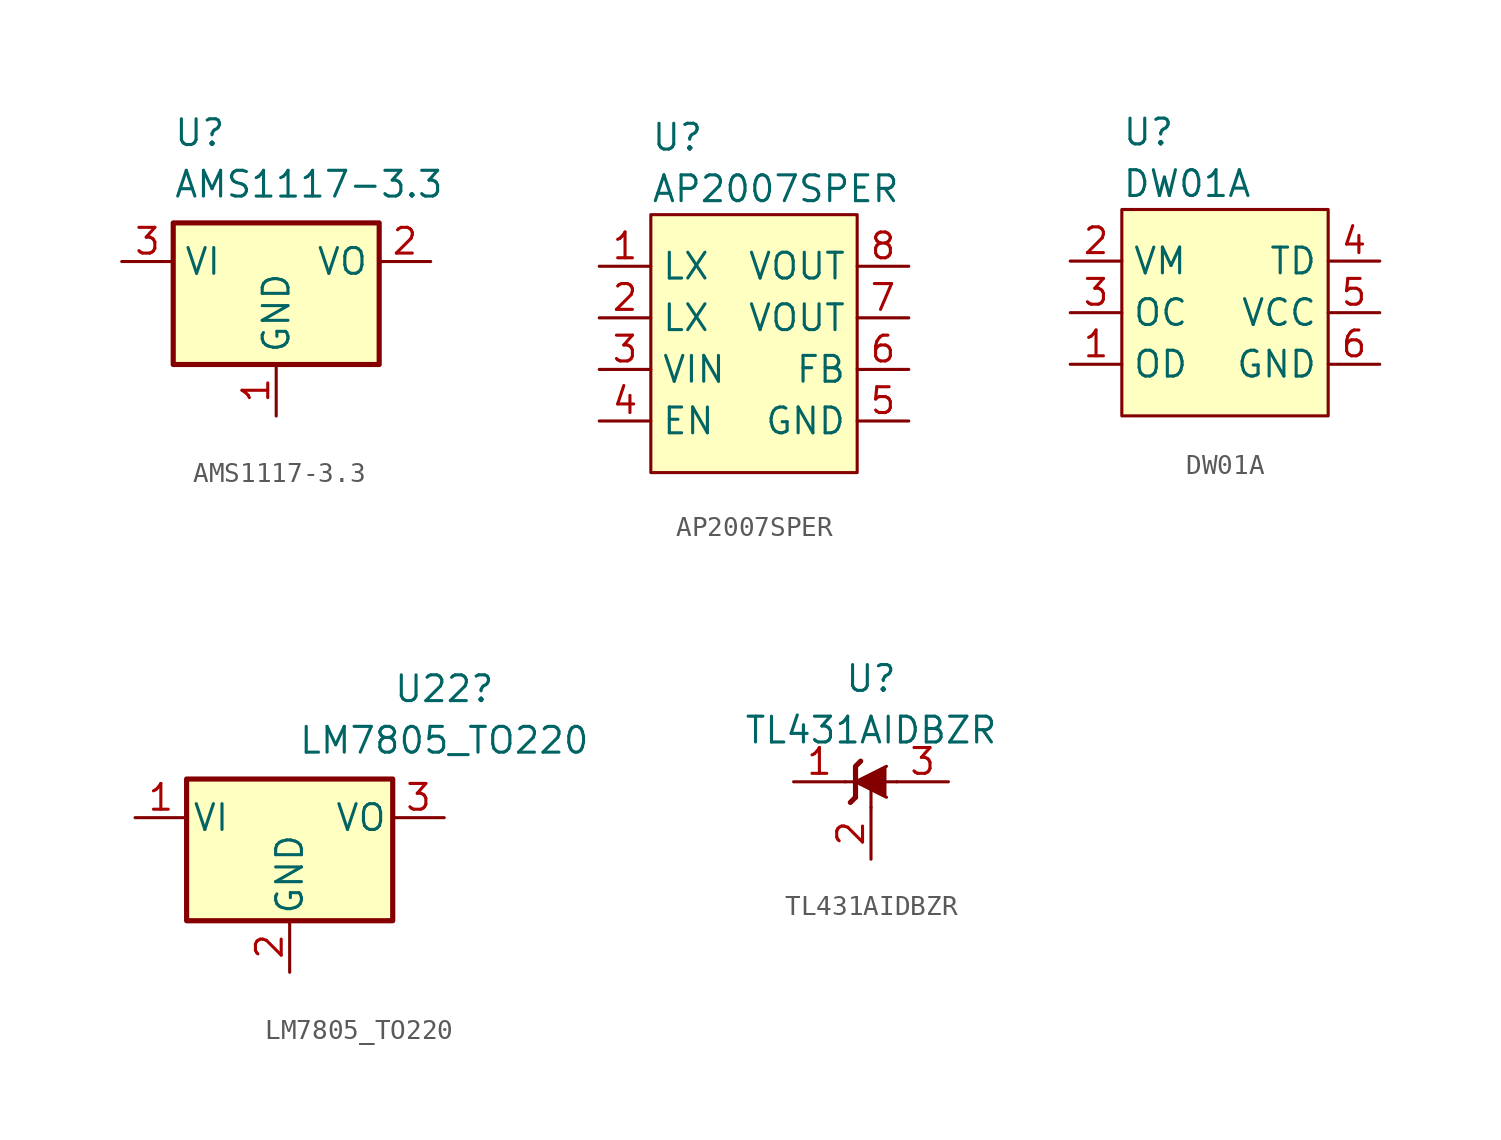
<source format=kicad_sym>
(kicad_symbol_lib
  (version 20220914)
  (generator kicad_symbol_editor)
  (symbol "AMS1117-3.3"
    (property "Reference" "U"
      (at -5.08 6.35 0)
      (do_not_autoplace)
      (effects (font (size 1.27 1.27)) (justify left)))
    (property "Value" "AMS1117-3.3"
      (at -5.08 3.81 0)
      (do_not_autoplace)
      (effects (font (size 1.27 1.27)) (justify left)))
    (symbol "AMS1117-3.3_0_1"
      (rectangle (start -5.08 -5.08) (end 5.08 1.905) (stroke (width 0.254) (type default)) (fill (type background))))
    (symbol "AMS1117-3.3_1_1"
      (pin power_in line (at 0 -7.62 90) (length 2.54) (name "GND" (effects (font (size 1.27 1.27)))) (number "1" (effects (font (size 1.27 1.27)))))
      (pin power_out line (at 7.62 0 180) (length 2.54) (name "VO" (effects (font (size 1.27 1.27)))) (number "2" (effects (font (size 1.27 1.27)))))
      (pin power_in line (at -7.62 0 0) (length 2.54) (name "VI" (effects (font (size 1.27 1.27)))) (number "3" (effects (font (size 1.27 1.27)))))))
  (symbol "AP2007SPER"
    (property "Reference" "U"
      (at -5.08 10.16 0)
      (do_not_autoplace)
      (effects (font (size 1.27 1.27)) (justify left)))
    (property "Value" "AP2007SPER"
      (at -5.08 7.62 0)
      (do_not_autoplace)
      (effects (font (size 1.27 1.27)) (justify left)))
    (symbol "AP2007SPER_0_0"
      (pin unspecified line (at -7.62 3.81 0) (length 2.54) (name "LX" (effects (font (size 1.27 1.27)))) (number "1" (effects (font (size 1.27 1.27)))))
      (pin unspecified line (at -7.62 1.27 0) (length 2.54) (name "LX" (effects (font (size 1.27 1.27)))) (number "2" (effects (font (size 1.27 1.27)))))
      (pin unspecified line (at -7.62 -1.27 0) (length 2.54) (name "VIN" (effects (font (size 1.27 1.27)))) (number "3" (effects (font (size 1.27 1.27)))))
      (pin unspecified line (at -7.62 -3.81 0) (length 2.54) (name "EN" (effects (font (size 1.27 1.27)))) (number "4" (effects (font (size 1.27 1.27)))))
      (pin unspecified line (at 7.62 -3.81 180) (length 2.54) (name "GND" (effects (font (size 1.27 1.27)))) (number "5" (effects (font (size 1.27 1.27)))))
      (pin unspecified line (at 7.62 -1.27 180) (length 2.54) (name "FB" (effects (font (size 1.27 1.27)))) (number "6" (effects (font (size 1.27 1.27)))))
      (pin unspecified line (at 7.62 1.27 180) (length 2.54) (name "VOUT" (effects (font (size 1.27 1.27)))) (number "7" (effects (font (size 1.27 1.27)))))
      (pin unspecified line (at 7.62 3.81 180) (length 2.54) (name "VOUT" (effects (font (size 1.27 1.27)))) (number "8" (effects (font (size 1.27 1.27))))))
    (symbol "AP2007SPER_1_0"
      (pin unspecified line (at 7.62 -3.81 180) (length 2.54) hide (name "EP" (effects (font (size 1.27 1.27)))) (number "9" (effects (font (size 1.27 1.27))))))
    (symbol "AP2007SPER_1_1"
      (rectangle (start -5.08 6.35) (end 5.08 -6.35) (stroke (width 0) (type default)) (fill (type background)))))
  (symbol "DW01A"
    (property "Reference" "U"
      (at -5.08 8.89 0)
      (do_not_autoplace)
      (effects (font (size 1.27 1.27)) (justify left)))
    (property "Value" "DW01A"
      (at -5.08 6.35 0)
      (do_not_autoplace)
      (effects (font (size 1.27 1.27)) (justify left)))
    (symbol "DW01A_0_0"
      (pin unspecified line (at -7.62 -2.54 0) (length 2.54) (name "OD" (effects (font (size 1.27 1.27)))) (number "1" (effects (font (size 1.27 1.27)))))
      (pin unspecified line (at -7.62 2.54 0) (length 2.54) (name "VM" (effects (font (size 1.27 1.27)))) (number "2" (effects (font (size 1.27 1.27)))))
      (pin unspecified line (at -7.62 0 0) (length 2.54) (name "OC" (effects (font (size 1.27 1.27)))) (number "3" (effects (font (size 1.27 1.27)))))
      (pin unspecified line (at 7.62 2.54 180) (length 2.54) (name "TD" (effects (font (size 1.27 1.27)))) (number "4" (effects (font (size 1.27 1.27)))))
      (pin unspecified line (at 7.62 0 180) (length 2.54) (name "VCC" (effects (font (size 1.27 1.27)))) (number "5" (effects (font (size 1.27 1.27)))))
      (pin unspecified line (at 7.62 -2.54 180) (length 2.54) (name "GND" (effects (font (size 1.27 1.27)))) (number "6" (effects (font (size 1.27 1.27))))))
    (symbol "DW01A_1_1"
      (rectangle (start -5.08 5.08) (end 5.08 -5.08) (stroke (width 0) (type default)) (fill (type background)))))
  (symbol "LM7805_TO220"
    (pin_names
      (offset 0.254))
    (property "Reference" "U22"
      (at 7.62 6.35 0)
      (effects (font (size 1.27 1.27))))
    (property "Value" "LM7805_TO220"
      (at 7.62 3.81 0)
      (effects (font (size 1.27 1.27))))
    (symbol "LM7805_TO220_0_1"
      (rectangle (start -5.08 1.905) (end 5.08 -5.08) (stroke (width 0.254) (type default)) (fill (type background))))
    (symbol "LM7805_TO220_1_1"
      (pin power_in line (at -7.62 0 0) (length 2.54) (name "VI" (effects (font (size 1.27 1.27)))) (number "1" (effects (font (size 1.27 1.27)))))
      (pin power_in line (at 0 -7.62 90) (length 2.54) (name "GND" (effects (font (size 1.27 1.27)))) (number "2" (effects (font (size 1.27 1.27)))))
      (pin power_out line (at 7.62 0 180) (length 2.54) (name "VO" (effects (font (size 1.27 1.27)))) (number "3" (effects (font (size 1.27 1.27)))))))
  (symbol "TL431AIDBZR"
    (pin_names hide)
    (property "Reference" "U"
      (at 0 5.08 0)
      (do_not_autoplace)
      (effects (font (size 1.27 1.27))))
    (property "Value" "TL431AIDBZR"
      (at 0 2.54 0)
      (do_not_autoplace)
      (effects (font (size 1.27 1.27))))
    (symbol "TL431AIDBZR_0_1"
      (polyline (pts (xy -0.762 -0.762) (xy -1.016 -1.016)) (stroke (width 0.254) (type default)) (fill (type none)))
      (polyline (pts (xy 0.762 -0.762) (xy -0.762 0) (xy 0.762 0.762)) (stroke (width 0) (type default)) (fill (type outline)))
      (polyline (pts (xy 1.27 0) (xy 0 0) (xy -1.27 0)) (stroke (width 0) (type default)) (fill (type none)))
      (polyline (pts (xy -0.508 1.016) (xy -0.762 0.762) (xy -0.762 -0.762) (xy -0.762 -0.762)) (stroke (width 0.254) (type default)) (fill (type none))))
    (symbol "TL431AIDBZR_1_1"
      (polyline (pts (xy 0 -1.27) (xy 0 0)) (stroke (width 0) (type default)) (fill (type none)))
      (pin passive line (at -3.81 0 0) (length 2.54) (name "CATHODE" (effects (font (size 1.27 1.27)))) (number "1" (effects (font (size 1.27 1.27)))))
      (pin passive line (at 0 -3.81 90) (length 2.54) (name "REF" (effects (font (size 1.27 1.27)))) (number "2" (effects (font (size 1.27 1.27)))))
      (pin passive line (at 3.81 0 180) (length 2.54) (name "ANODE" (effects (font (size 1.27 1.27)))) (number "3" (effects (font (size 1.27 1.27))))))))
</source>
